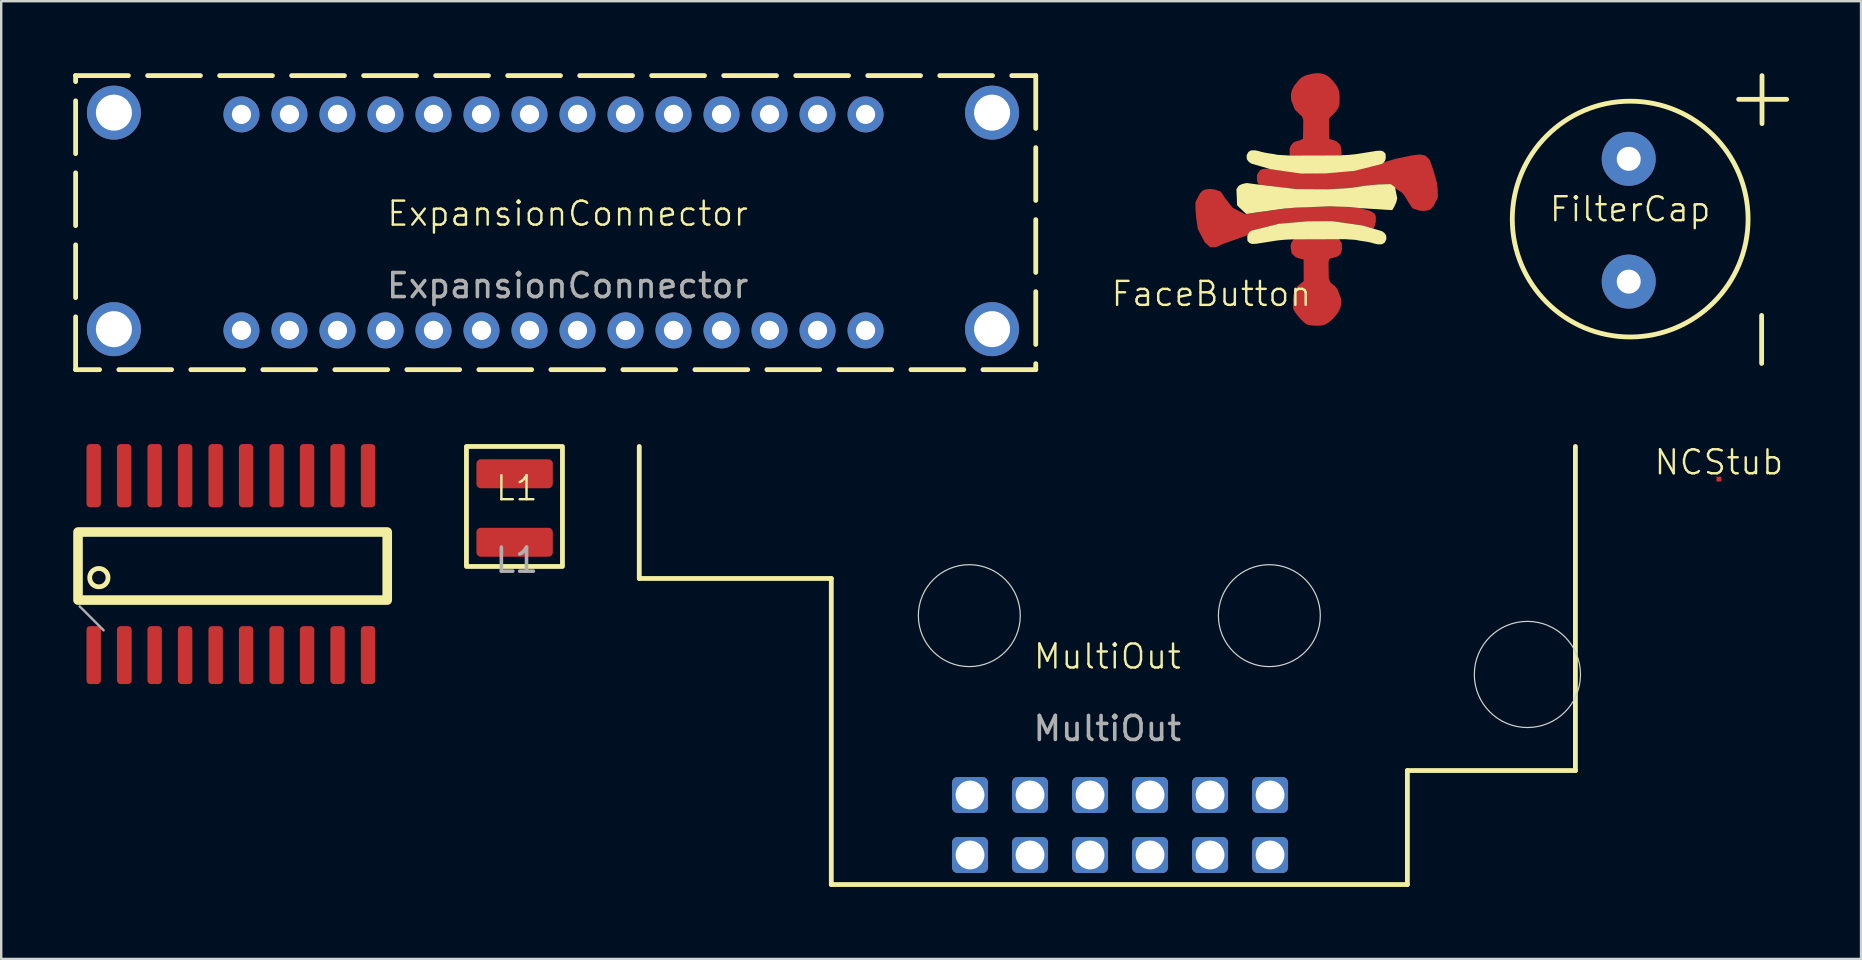
<source format=kicad_pcb>
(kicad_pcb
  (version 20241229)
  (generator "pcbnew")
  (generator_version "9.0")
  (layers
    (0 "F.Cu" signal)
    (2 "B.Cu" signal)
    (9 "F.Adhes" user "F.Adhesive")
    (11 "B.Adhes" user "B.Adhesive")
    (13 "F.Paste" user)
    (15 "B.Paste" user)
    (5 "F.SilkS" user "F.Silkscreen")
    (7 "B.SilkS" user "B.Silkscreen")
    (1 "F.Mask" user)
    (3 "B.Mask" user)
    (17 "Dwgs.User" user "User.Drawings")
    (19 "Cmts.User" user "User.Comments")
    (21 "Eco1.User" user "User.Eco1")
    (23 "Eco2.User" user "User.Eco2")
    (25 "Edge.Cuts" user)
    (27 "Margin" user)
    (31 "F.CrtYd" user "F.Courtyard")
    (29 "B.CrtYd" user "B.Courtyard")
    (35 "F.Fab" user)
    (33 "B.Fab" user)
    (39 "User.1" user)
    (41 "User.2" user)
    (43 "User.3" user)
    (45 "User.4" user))
  (footprint "FilterCap"
    (layer "F.Cu")
    (at 64.864 6.165)
    (property "Reference" "FilterCap" (at 0 -0.5 0) (unlocked yes) (layer "F.SilkS") (effects (font (size 1 1) (thickness 0.1))))
    (attr smd)
    (fp_line (start 4.519 -5.076) (end 6.519 -5.076) (stroke (width 0.2) (type solid)) (layer "F.SilkS"))
    (fp_line (start 5.476 3.926) (end 5.476 5.926) (stroke (width 0.2) (type solid)) (layer "F.SilkS"))
    (fp_line (start 5.492 -6.065) (end 5.492 -4.065) (stroke (width 0.2) (type solid)) (layer "F.SilkS"))
    (fp_circle (center 0 -0.088) (end 4.75 1.162) (stroke (width 0.2) (type solid)) (fill no) (layer "F.SilkS"))
    (pad "1" thru_hole circle (at -0.061 -2.598) (size 2.25 2.25) (drill 1) (layers "*.Cu" "*.Mask"))
    (pad "2" thru_hole circle (at -0.061 2.517) (size 2.25 2.25) (drill 1) (layers "*.Cu" "*.Mask")))
  (footprint "ExpansionConnector"
    (layer "F.Cu")
    (at 20.6 6.35)
    (property "Reference" "ExpansionConnector" (at 0 -0.5 0) (unlocked yes) (layer "F.SilkS") (effects (font (size 1 1) (thickness 0.1))))
    (attr smd)
    (fp_rect (start -20.5 -6.25) (end 19.5 6) (stroke (width 0.2) (type dash)) (fill no) (layer "F.SilkS"))
    (fp_text user "${REFERENCE}" (at 0 2.5 0) (unlocked yes) (layer "F.Fab") (effects (font (size 1 1) (thickness 0.15))))
    (pad "1" thru_hole circle (at -13.591 4.365 90) (size 1.5 1.5) (drill 0.8) (layers "*.Cu" "*.Mask"))
    (pad "2" thru_hole circle (at -13.591 -4.635 90) (size 1.5 1.5) (drill 0.8) (layers "*.Cu" "*.Mask"))
    (pad "3" thru_hole circle (at -11.591 4.365 90) (size 1.5 1.5) (drill 0.8) (layers "*.Cu" "*.Mask"))
    (pad "4" thru_hole circle (at -11.591 -4.635 90) (size 1.5 1.5) (drill 0.8) (layers "*.Cu" "*.Mask"))
    (pad "5" thru_hole circle (at -9.591 4.365 90) (size 1.5 1.5) (drill 0.8) (layers "*.Cu" "*.Mask"))
    (pad "6" thru_hole circle (at -9.591 -4.635 90) (size 1.5 1.5) (drill 0.8) (layers "*.Cu" "*.Mask"))
    (pad "7" thru_hole circle (at -7.591 4.365 90) (size 1.5 1.5) (drill 0.8) (layers "*.Cu" "*.Mask"))
    (pad "8" thru_hole circle (at -7.591 -4.635 90) (size 1.5 1.5) (drill 0.8) (layers "*.Cu" "*.Mask"))
    (pad "9" thru_hole circle (at -5.591 4.365 90) (size 1.5 1.5) (drill 0.8) (layers "*.Cu" "*.Mask"))
    (pad "10" thru_hole circle (at -5.591 -4.635 90) (size 1.5 1.5) (drill 0.8) (layers "*.Cu" "*.Mask"))
    (pad "11" thru_hole circle (at -3.591 4.365 90) (size 1.5 1.5) (drill 0.8) (layers "*.Cu" "*.Mask"))
    (pad "12" thru_hole circle (at -3.591 -4.635 90) (size 1.5 1.5) (drill 0.8) (layers "*.Cu" "*.Mask"))
    (pad "13" thru_hole circle (at -1.591 4.365 90) (size 1.5 1.5) (drill 0.8) (layers "*.Cu" "*.Mask"))
    (pad "14" thru_hole circle (at -1.591 -4.635 90) (size 1.5 1.5) (drill 0.8) (layers "*.Cu" "*.Mask"))
    (pad "15" thru_hole circle (at 0.409 4.365 90) (size 1.5 1.5) (drill 0.8) (layers "*.Cu" "*.Mask"))
    (pad "16" thru_hole circle (at 0.409 -4.635 90) (size 1.5 1.5) (drill 0.8) (layers "*.Cu" "*.Mask"))
    (pad "17" thru_hole circle (at 2.409 4.365 90) (size 1.5 1.5) (drill 0.8) (layers "*.Cu" "*.Mask"))
    (pad "18" thru_hole circle (at 2.409 -4.635 90) (size 1.5 1.5) (drill 0.8) (layers "*.Cu" "*.Mask"))
    (pad "19" thru_hole circle (at 4.409 4.365 90) (size 1.5 1.5) (drill 0.8) (layers "*.Cu" "*.Mask"))
    (pad "20" thru_hole circle (at 4.409 -4.635 90) (size 1.5 1.5) (drill 0.8) (layers "*.Cu" "*.Mask"))
    (pad "21" thru_hole circle (at 6.409 4.365 90) (size 1.5 1.5) (drill 0.8) (layers "*.Cu" "*.Mask"))
    (pad "22" thru_hole circle (at 6.409 -4.635 90) (size 1.5 1.5) (drill 0.8) (layers "*.Cu" "*.Mask"))
    (pad "23" thru_hole circle (at 8.409 4.365 90) (size 1.5 1.5) (drill 0.8) (layers "*.Cu" "*.Mask"))
    (pad "24" thru_hole circle (at 8.409 -4.635 90) (size 1.5 1.5) (drill 0.8) (layers "*.Cu" "*.Mask"))
    (pad "25" thru_hole circle (at 10.409 4.365 90) (size 1.5 1.5) (drill 0.8) (layers "*.Cu" "*.Mask"))
    (pad "26" thru_hole circle (at 10.409 -4.635 90) (size 1.5 1.5) (drill 0.8) (layers "*.Cu" "*.Mask"))
    (pad "27" thru_hole circle (at 12.409 4.365 90) (size 1.5 1.5) (drill 0.8) (layers "*.Cu" "*.Mask"))
    (pad "28" thru_hole circle (at 12.409 -4.635 90) (size 1.5 1.5) (drill 0.8) (layers "*.Cu" "*.Mask"))
    (pad "29" thru_hole circle (at -18.904 -4.707 90) (size 2.25 2.25) (drill 1.5) (layers "*.Cu" "*.Mask"))
    (pad "30" thru_hole circle (at 17.68 -4.707 90) (size 2.25 2.25) (drill 1.5) (layers "*.Cu" "*.Mask"))
    (pad "31" thru_hole circle (at 17.68 4.313 90) (size 2.25 2.25) (drill 1.5) (layers "*.Cu" "*.Mask"))
    (pad "32" thru_hole circle (at -18.904 4.313 90) (size 2.25 2.25) (drill 1.5) (layers "*.Cu" "*.Mask")))
  (footprint "NCStub"
    (layer "F.Cu")
    (at 68.559 16.91)
    (property "Reference" "NCStub" (at 0 -0.7 0) (unlocked yes) (layer "F.SilkS") (effects (font (size 1 1) (thickness 0.1))))
    (attr smd)
    (pad "1" smd rect (at 0 0) (size 0.2 0.2) (layers "F.Cu" "F.Mask" "F.Paste")))
  (footprint "FaceButton"
    (layer "F.Cu")
    (at 51.823 5.196)
    (property "Reference" "FaceButton" (at -4.406 3.997 0) (unlocked yes) (layer "F.SilkS") (effects (font (size 1 1) (thickness 0.1))))
    (attr smd)
    (fp_circle (center -0.033 0.121) (end 2.612 1.889) (stroke (width 1.1) (type solid)) (fill no) (layer "F.Mask"))
    (fp_poly (pts (xy -3.296 0.017) (xy -3.313 -0.35) (xy -3.233 -0.469) (xy -3.115 -0.53) (xy -2.936 -0.571) (xy -2.601 -0.526) (xy -0.87 -0.32) (xy 0.437 -0.312) (xy 1.325 -0.362) (xy 2.011 -0.461) (xy 2.549 -0.514) (xy 3.048 -0.527) (xy 3.199 -0.422) (xy 3.284 0.019) (xy 3.245 0.173) (xy 3.176 0.328) (xy 3.103 0.456) (xy 1.852 0.379) (xy 1.272 0.326) (xy 0.528 0.3) (xy -0.936 0.357) (xy -1.396 0.397) (xy -2.116 0.497) (xy -2.486 0.547) (xy -2.936 0.617) (xy -3.286 0.287)) (stroke (width 0.1) (type solid)) (fill yes) (layer "F.SilkS"))
    (fp_poly (pts (xy -2.729 -1.48) (xy -1.917 -1.243) (xy -0.671 -1.067) (xy 0.35 -1.072) (xy 1.536 -1.176) (xy 2.453 -1.405) (xy 2.654 -1.458) (xy 2.727 -1.497) (xy 2.758 -1.539) (xy 2.785 -1.58) (xy 2.808 -1.66) (xy 2.804 -1.815) (xy 2.739 -1.887) (xy 2.65 -1.919) (xy 2.482 -1.911) (xy 1.629 -1.775) (xy 1.305 -1.742) (xy 0.959 -1.725) (xy -1.203 -1.719) (xy -1.664 -1.747) (xy -1.82 -1.779) (xy -2.096 -1.82) (xy -2.318 -1.865) (xy -2.442 -1.903) (xy -2.598 -1.935) (xy -2.738 -1.932) (xy -2.829 -1.879) (xy -2.886 -1.771) (xy -2.883 -1.637) (xy -2.817 -1.544)) (stroke (width 0.1) (type solid)) (fill yes) (layer "F.SilkS"))
    (fp_poly (pts (xy 2.676 1.429) (xy 1.863 1.192) (xy 0.617 1.016) (xy -0.404 1.022) (xy -1.589 1.126) (xy -2.506 1.354) (xy -2.707 1.407) (xy -2.781 1.447) (xy -2.811 1.488) (xy -2.839 1.53) (xy -2.862 1.609) (xy -2.857 1.764) (xy -2.793 1.836) (xy -2.704 1.868) (xy -2.535 1.86) (xy -1.682 1.724) (xy -1.359 1.691) (xy -1.013 1.675) (xy 1.15 1.668) (xy 1.61 1.697) (xy 1.766 1.729) (xy 2.042 1.77) (xy 2.265 1.814) (xy 2.389 1.852) (xy 2.544 1.884) (xy 2.685 1.881) (xy 2.775 1.828) (xy 2.832 1.72) (xy 2.829 1.587) (xy 2.763 1.494)) (stroke (width 0.1) (type solid)) (fill yes) (layer "F.SilkS"))
    (pad "1" smd custom (at -4 1) (size 0.988 0.669) (layers "F.Cu" "F.Mask") (options (anchor rect)) (primitives (gr_poly (pts (xy 6.364 -0.303) (xy 6.394 -0.203) (xy 6.394 -0.013) (xy 6.324 0.227) (xy 6.121 0.173) (xy 5.883 0.094) (xy 5.127 -0.011) (xy 4.619 -0.081) (xy 4.082 -0.078) (xy 3.571 -0.072) (xy 3.324 -0.053) (xy 2.99 -0.024) (xy 2.76 -0.003) (xy 2.34 0.044) (xy 1.986 0.129) (xy 1.585 0.233) (xy 1.316 0.305) (xy 1.166 0.36) (xy 1.113 0.426) (xy 1.072 0.508) (xy 0.019 0.885) (xy -0.192 0.989) (xy -0.43 1.01) (xy -0.647 0.811) (xy -0.924 0.277) (xy -0.989 -0.164) (xy -1.016 -0.483) (xy -1.024 -0.803) (xy -0.848 -1.15) (xy -0.742 -1.261) (xy -0.669 -1.299) (xy -0.463 -1.325) (xy -0.284 -1.303) (xy -0.042 -1.221) (xy 0.137 -0.94) (xy 0.379 -0.639) (xy 0.449 -0.55) (xy 0.996 -0.266) (xy 1.73 -0.383) (xy 2.393 -0.467) (xy 2.816 -0.524) (xy 3.087 -0.543) (xy 3.899 -0.596) (xy 4.928 -0.6) (xy 5.778 -0.524) (xy 6.194 -0.413)) (width 0.1) (fill yes))))
    (pad "1" smd custom (at -0.061 -4.212) (size 1.27 1.27) (layers "F.Cu" "F.Mask") (options (anchor circle)) (primitives (gr_poly (pts (xy -0.75 -0.445) (xy -0.735 -0.517) (xy -0.694 -0.579) (xy -0.632 -0.62) (xy -0.559 -0.635) (xy 0.559 -0.635) (xy 0.632 -0.62) (xy 0.694 -0.579) (xy 0.735 -0.517) (xy 0.75 -0.445) (xy 0.75 0.445) (xy 0.735 0.517) (xy 0.694 0.579) (xy 0.632 0.62) (xy 0.559 0.635) (xy -0.559 0.635) (xy -0.632 0.62) (xy -0.694 0.579) (xy -0.735 0.517) (xy -0.75 0.445)) (width 0) (fill yes)) (gr_poly (pts (xy 0.356 -0.888) (xy 0.493 -0.814) (xy 0.579 -0.741) (xy 0.694 -0.613) (xy 0.784 -0.503) (xy 0.857 -0.399) (xy 0.903 -0.281) (xy 0.934 -0.166) (xy 0.945 0.018) (xy 0.943 0.257) (xy 0.901 0.431) (xy 0.822 0.558) (xy 0.737 0.654) (xy 0.641 0.752) (xy 0.543 0.844) (xy 0.504 0.924) (xy 0.517 1.793) (xy 0.682 1.839) (xy 0.834 1.893) (xy 0.914 1.963) (xy 0.983 2.033) (xy 0.999 2.121) (xy 1.021 2.229) (xy 1.025 2.341) (xy 1.024 2.39) (xy 0.939 2.39) (xy 0.818 2.39) (xy 0.483 2.39) (xy -0.837 2.395) (xy -0.944 2.397) (xy -1.035 2.399) (xy -1.037 2.319) (xy -1.037 2.16) (xy -0.983 2.048) (xy -0.891 1.94) (xy -0.791 1.899) (xy -0.643 1.861) (xy -0.538 1.804) (xy -0.481 1.782) (xy -0.478 1.661) (xy -0.465 0.949) (xy -0.542 0.768) (xy -0.628 0.699) (xy -0.735 0.598) (xy -0.826 0.501) (xy -0.972 0.13) (xy -0.981 0.022) (xy -0.974 -0.15) (xy -0.93 -0.293) (xy -0.846 -0.448) (xy -0.731 -0.587) (xy -0.643 -0.693) (xy -0.537 -0.779) (xy -0.368 -0.858) (xy -0.208 -0.895) (xy -0.112 -0.919) (xy 0.032 -0.934) (xy 0.196 -0.93)) (width 0.1) (fill yes))))
    (pad "2" smd custom (at -0.016 4.35) (size 1.27 1.27) (layers "F.Cu" "F.Mask") (options (anchor circle)) (primitives (gr_poly (pts (xy -0.75 -0.445) (xy -0.735 -0.517) (xy -0.694 -0.579) (xy -0.632 -0.62) (xy -0.559 -0.635) (xy 0.559 -0.635) (xy 0.632 -0.62) (xy 0.694 -0.579) (xy 0.735 -0.517) (xy 0.75 -0.445) (xy 0.75 0.445) (xy 0.735 0.517) (xy 0.694 0.579) (xy 0.632 0.62) (xy 0.559 0.635) (xy -0.559 0.635) (xy -0.632 0.62) (xy -0.694 0.579) (xy -0.735 0.517) (xy -0.75 0.445)) (width 0) (fill yes)) (gr_poly (pts (xy -0.386 0.877) (xy -0.443 0.848) (xy -0.507 0.784) (xy -0.593 0.711) (xy -0.708 0.583) (xy -0.798 0.473) (xy -0.871 0.369) (xy -0.931 0.259) (xy -0.935 0.126) (xy -0.942 -0.11) (xy -0.926 -0.29) (xy -0.873 -0.445) (xy -0.818 -0.577) (xy -0.742 -0.658) (xy -0.622 -0.756) (xy -0.494 -0.862) (xy -0.496 -0.942) (xy -0.499 -1.825) (xy -0.696 -1.869) (xy -0.848 -1.923) (xy -0.928 -1.993) (xy -0.998 -2.063) (xy -1.014 -2.152) (xy -1.036 -2.26) (xy -1.039 -2.371) (xy -1.01 -2.463) (xy -0.946 -2.568) (xy -0.893 -2.626) (xy -0.837 -2.663) (xy 0.681 -2.704) (xy 0.83 -2.693) (xy 0.912 -2.582) (xy 0.992 -2.451) (xy 0.995 -2.197) (xy 0.968 -2.079) (xy 0.876 -1.971) (xy 0.791 -1.937) (xy 0.629 -1.891) (xy 0.54 -1.873) (xy 0.467 -1.812) (xy 0.439 -1.689) (xy 0.451 -0.98) (xy 0.527 -0.798) (xy 0.613 -0.729) (xy 0.738 -0.625) (xy 0.812 -0.531) (xy 0.957 -0.16) (xy 0.966 -0.052) (xy 0.96 0.12) (xy 0.915 0.263) (xy 0.832 0.418) (xy 0.717 0.557) (xy 0.629 0.662) (xy 0.523 0.748) (xy 0.388 0.852) (xy 0.285 0.896) (xy 0.131 0.922) (xy 0.018 0.922) (xy -0.131 0.92) (xy -0.308 0.899)) (width 0.1) (fill yes))))
    (pad "2" smd custom (at 4 -0.888) (size 0.776 0.776) (layers "F.Cu" "F.Mask") (options (anchor circle)) (primitives (gr_poly (pts (xy -0.5 -0.388) (xy 0.5 -0.388) (xy 0.5 0.388) (xy -0.5 0.388)) (width 0) (fill yes)) (gr_poly (pts (xy -6.417 0.259) (xy -6.447 0.189) (xy -6.457 0.119) (xy -6.457 -0.061) (xy -6.347 -0.231) (xy -6.237 -0.271) (xy -6.037 -0.281) (xy -5.797 -0.241) (xy -5.31 -0.187) (xy -4.572 -0.103) (xy -3.984 -0.103) (xy -3.415 -0.129) (xy -2.827 -0.182) (xy -2.306 -0.254) (xy -2.15 -0.293) (xy -1.933 -0.344) (xy -1.713 -0.394) (xy -0.713 -0.696) (xy -0.064 -0.829) (xy 0.26 -0.873) (xy 0.485 -0.832) (xy 0.647 -0.67) (xy 0.8 -0.237) (xy 0.941 0.268) (xy 0.971 0.539) (xy 0.979 0.859) (xy 0.804 1.206) (xy 0.697 1.317) (xy 0.624 1.355) (xy 0.419 1.381) (xy 0.24 1.359) (xy -0.002 1.277) (xy -0.182 0.996) (xy -0.361 0.704) (xy -0.465 0.612) (xy -0.666 0.479) (xy -0.847 0.319) (xy -0.948 0.263) (xy -1.294 0.265) (xy -1.701 0.297) (xy -2.256 0.357) (xy -2.685 0.424) (xy -3.171 0.452) (xy -3.549 0.474) (xy -3.93 0.471) (xy -4.429 0.471) (xy -4.87 0.465) (xy -5.096 0.446) (xy -5.496 0.395) (xy -5.777 0.359) (xy -6.097 0.319) (xy -6.357 0.289)) (width 0.1) (fill yes)))))
  (footprint "IC-520B"
    (layer "F.Cu")
    (at 6.641 20.532)
    (property "Reference" "IC-520B" (at 0 0 0) (unlocked yes) (layer "Eco1.User") (effects (font (size 1 1) (thickness 0.1))))
    (attr smd)
    (fp_rect (start -6.441 -1.418) (end 6.441 1.418) (stroke (width 0.4) (type default)) (fill no) (layer "F.SilkS"))
    (fp_circle (center -5.572 0.483) (end -5.31 0.762) (stroke (width 0.2) (type default)) (fill no) (layer "F.SilkS"))
    (fp_line (start -5.373 2.678) (end -6.373 1.678) (stroke (width 0.1) (type solid)) (layer "F.Fab"))
    (pad "1" smd roundrect (at -5.788 3.71 90) (size 2.415 0.6) (layers "F.Cu" "F.Mask" "F.Paste") (roundrect_rratio 0.25))
    (pad "2" smd roundrect (at -4.512 3.71 90) (size 2.415 0.611) (layers "F.Cu" "F.Mask" "F.Paste") (roundrect_rratio 0.25))
    (pad "3" smd roundrect (at -3.248 3.71 90) (size 2.415 0.6) (layers "F.Cu" "F.Mask" "F.Paste") (roundrect_rratio 0.25))
    (pad "4" smd roundrect (at -1.978 3.71 90) (size 2.415 0.6) (layers "F.Cu" "F.Mask" "F.Paste") (roundrect_rratio 0.25))
    (pad "5" smd roundrect (at -0.708 3.71 90) (size 2.415 0.6) (layers "F.Cu" "F.Mask" "F.Paste") (roundrect_rratio 0.25))
    (pad "6" smd roundrect (at 0.562 3.71 90) (size 2.415 0.6) (layers "F.Cu" "F.Mask" "F.Paste") (roundrect_rratio 0.25))
    (pad "7" smd roundrect (at 1.832 3.71 90) (size 2.415 0.6) (layers "F.Cu" "F.Mask" "F.Paste") (roundrect_rratio 0.25))
    (pad "8" smd roundrect (at 3.102 3.71 90) (size 2.415 0.6) (layers "F.Cu" "F.Mask" "F.Paste") (roundrect_rratio 0.25))
    (pad "9" smd roundrect (at 4.372 3.71 90) (size 2.415 0.6) (layers "F.Cu" "F.Mask" "F.Paste") (roundrect_rratio 0.25))
    (pad "10" smd roundrect (at 5.642 3.71 90) (size 2.415 0.6) (layers "F.Cu" "F.Mask" "F.Paste") (roundrect_rratio 0.25))
    (pad "11" smd roundrect (at 5.642 -3.765 90) (size 2.635 0.6) (layers "F.Cu" "F.Mask" "F.Paste") (roundrect_rratio 0.25))
    (pad "12" smd roundrect (at 4.372 -3.765 90) (size 2.635 0.6) (layers "F.Cu" "F.Mask" "F.Paste") (roundrect_rratio 0.25))
    (pad "13" smd roundrect (at 3.102 -3.765 90) (size 2.635 0.6) (layers "F.Cu" "F.Mask" "F.Paste") (roundrect_rratio 0.25))
    (pad "14" smd roundrect (at 1.832 -3.765 90) (size 2.635 0.6) (layers "F.Cu" "F.Mask" "F.Paste") (roundrect_rratio 0.25))
    (pad "15" smd roundrect (at 0.562 -3.765 90) (size 2.635 0.6) (layers "F.Cu" "F.Mask" "F.Paste") (roundrect_rratio 0.25))
    (pad "16" smd roundrect (at -0.708 -3.765 90) (size 2.635 0.6) (layers "F.Cu" "F.Mask" "F.Paste") (roundrect_rratio 0.25))
    (pad "17" smd roundrect (at -1.978 -3.765 90) (size 2.635 0.6) (layers "F.Cu" "F.Mask" "F.Paste") (roundrect_rratio 0.25))
    (pad "18" smd roundrect (at -3.248 -3.765 90) (size 2.635 0.6) (layers "F.Cu" "F.Mask" "F.Paste") (roundrect_rratio 0.25))
    (pad "19" smd roundrect (at -4.518 -3.765 90) (size 2.635 0.6) (layers "F.Cu" "F.Mask" "F.Paste") (roundrect_rratio 0.25))
    (pad "20" smd roundrect (at -5.788 -3.765 90) (size 2.635 0.6) (layers "F.Cu" "F.Mask" "F.Paste") (roundrect_rratio 0.25)))
  (footprint "MultiOut"
    (layer "F.Cu")
    (at 43.082 24.8)
    (property "Reference" "MultiOut" (at 0 -0.5 0) (unlocked yes) (layer "F.SilkS") (effects (font (size 1 1) (thickness 0.1))))
    (attr smd)
    (fp_line (start -19.5 -9.25) (end -19.5 -3.75) (stroke (width 0.2) (type solid)) (layer "F.SilkS"))
    (fp_line (start -19.5 -3.75) (end -11.5 -3.75) (stroke (width 0.2) (type solid)) (layer "F.SilkS"))
    (fp_line (start -11.5 -3.75) (end -11.5 9) (stroke (width 0.2) (type solid)) (layer "F.SilkS"))
    (fp_line (start -11.5 9) (end 12.5 9) (stroke (width 0.2) (type solid)) (layer "F.SilkS"))
    (fp_line (start 12.5 4.25) (end 12.5 9) (stroke (width 0.2) (type solid)) (layer "F.SilkS"))
    (fp_line (start 19.5 4.25) (end 12.5 4.25) (stroke (width 0.2) (type solid)) (layer "F.SilkS"))
    (fp_line (start 19.5 4.25) (end 19.5 -9.25) (stroke (width 0.2) (type solid)) (layer "F.SilkS"))
    (fp_circle (center -5.75 -2.202) (end -4 -1) (stroke (width 0.05) (type default)) (fill no) (layer "Edge.Cuts"))
    (fp_circle (center 6.75 -2.202) (end 8.5 -1) (stroke (width 0.05) (type default)) (fill no) (layer "Edge.Cuts"))
    (fp_circle (center 17.5 0.248) (end 19.337 1.479) (stroke (width 0.05) (type default)) (fill no) (layer "Edge.Cuts"))
    (fp_text user "${REFERENCE}" (at 0 2.5 0) (unlocked yes) (layer "F.Fab") (effects (font (size 1 1) (thickness 0.15))))
    (pad "1" thru_hole roundrect (at -5.721 7.769) (size 1.5 1.5) (drill 1.2) (layers "*.Cu" "*.Mask") (roundrect_rratio 0.15))
    (pad "2" thru_hole roundrect (at -5.721 5.269) (size 1.5 1.5) (drill 1.2) (layers "*.Cu" "*.Mask") (roundrect_rratio 0.15))
    (pad "3" thru_hole roundrect (at -3.221 7.769) (size 1.5 1.5) (drill 1.2) (layers "*.Cu" "*.Mask") (roundrect_rratio 0.15))
    (pad "4" thru_hole roundrect (at -3.221 5.269) (size 1.5 1.5) (drill 1.2) (layers "*.Cu" "*.Mask") (roundrect_rratio 0.15))
    (pad "5" thru_hole roundrect (at -0.721 7.769) (size 1.5 1.5) (drill 1.2) (layers "*.Cu" "*.Mask") (roundrect_rratio 0.15))
    (pad "6" thru_hole roundrect (at -0.721 5.269) (size 1.5 1.5) (drill 1.2) (layers "*.Cu" "*.Mask") (roundrect_rratio 0.15))
    (pad "7" thru_hole roundrect (at 1.779 7.769) (size 1.5 1.5) (drill 1.2) (layers "*.Cu" "*.Mask") (roundrect_rratio 0.15))
    (pad "8" thru_hole roundrect (at 1.779 5.269) (size 1.5 1.5) (drill 1.2) (layers "*.Cu" "*.Mask") (roundrect_rratio 0.15))
    (pad "9" thru_hole roundrect (at 4.279 7.769) (size 1.5 1.5) (drill 1.2) (layers "*.Cu" "*.Mask") (roundrect_rratio 0.15))
    (pad "10" thru_hole roundrect (at 4.279 5.269) (size 1.5 1.5) (drill 1.2) (layers "*.Cu" "*.Mask") (roundrect_rratio 0.15))
    (pad "11" thru_hole roundrect (at 6.779 7.769) (size 1.5 1.5) (drill 1.2) (layers "*.Cu" "*.Mask") (roundrect_rratio 0.15))
    (pad "12" thru_hole roundrect (at 6.779 5.269) (size 1.5 1.5) (drill 1.2) (layers "*.Cu" "*.Mask") (roundrect_rratio 0.15)))
  (footprint "L1"
    (layer "F.Cu")
    (at 18.48 17.79)
    (property "Reference" "L1" (at 0 -0.5 0) (unlocked yes) (layer "F.SilkS") (effects (font (size 1 1) (thickness 0.1))))
    (attr smd)
    (fp_rect (start -2.098 -2.24) (end 1.902 2.76) (stroke (width 0.2) (type solid)) (fill no) (layer "F.SilkS"))
    (fp_text user "${REFERENCE}" (at 0 2.5 0) (unlocked yes) (layer "F.Fab") (effects (font (size 1 1) (thickness 0.15))))
    (pad "1" smd roundrect (at -0.091 -1.103) (size 3.182 1.206) (layers "F.Cu" "F.Mask" "F.Paste") (roundrect_rratio 0.15))
    (pad "2" smd roundrect (at -0.091 1.75) (size 3.182 1.206) (layers "F.Cu" "F.Mask" "F.Paste") (roundrect_rratio 0.15)))
  (gr_rect
    (start -3 -3)
    (end 74.482 36.9)
    (stroke (width 0.1) (type default))
    (fill no)
    (layer "Edge.Cuts")))
</source>
